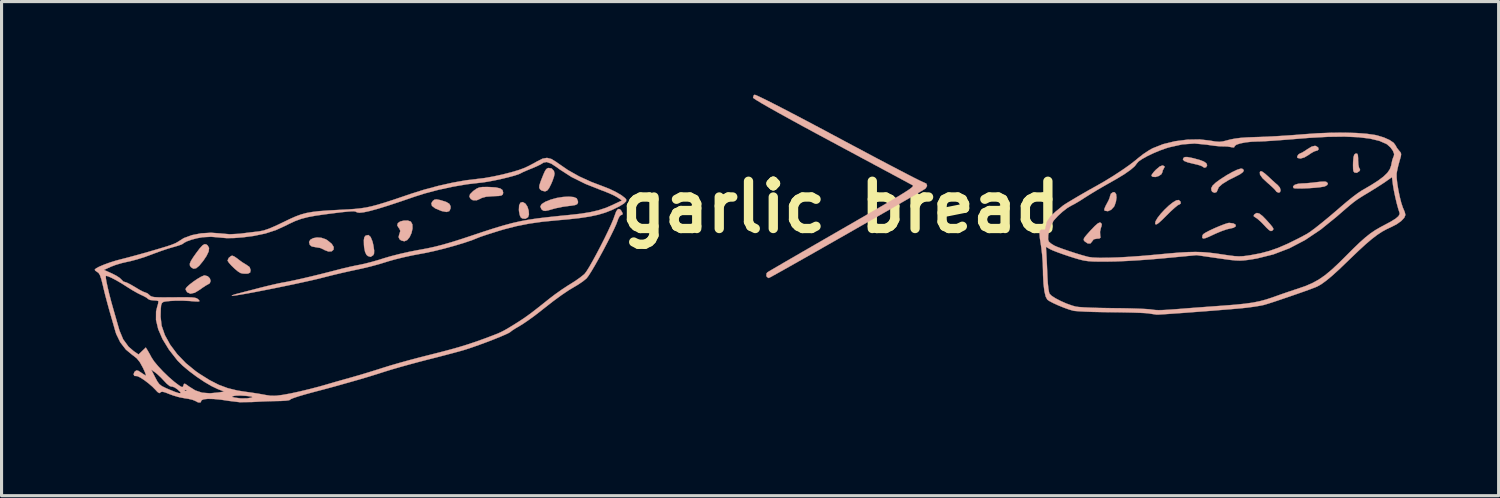
<source format=kicad_pcb>
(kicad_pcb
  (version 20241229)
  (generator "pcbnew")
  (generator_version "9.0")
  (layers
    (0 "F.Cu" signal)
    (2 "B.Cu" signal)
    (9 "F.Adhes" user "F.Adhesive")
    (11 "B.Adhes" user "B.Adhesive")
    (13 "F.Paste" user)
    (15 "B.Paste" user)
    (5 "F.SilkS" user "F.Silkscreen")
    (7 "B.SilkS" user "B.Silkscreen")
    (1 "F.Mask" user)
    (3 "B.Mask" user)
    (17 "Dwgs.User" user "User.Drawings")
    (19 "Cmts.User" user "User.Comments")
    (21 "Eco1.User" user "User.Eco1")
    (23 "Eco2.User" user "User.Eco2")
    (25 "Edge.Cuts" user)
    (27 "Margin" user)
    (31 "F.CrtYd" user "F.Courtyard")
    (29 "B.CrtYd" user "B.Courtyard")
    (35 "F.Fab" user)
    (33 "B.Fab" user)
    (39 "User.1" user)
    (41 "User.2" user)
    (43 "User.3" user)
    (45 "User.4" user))
  (footprint "garlic bread"
    (layer "F.Cu")
    (at 24.058 3.628)
    (property "Reference" "garlic bread" (at 0 0 0) (layer "F.SilkS") (effects (font (size 1.524 1.524) (thickness 0.3))))
    (attr through_hole)
    (fp_poly (pts (xy -10.168 -0.113) (xy -10.104 -0.018) (xy -10.064 0.11) (xy -10.054 0.236) (xy -10.082 0.325) (xy -10.17 0.376) (xy -10.271 0.365) (xy -10.32 0.328) (xy -10.351 0.255) (xy -10.374 0.136) (xy -10.378 0.09) (xy -10.371 -0.058) (xy -10.327 -0.145) (xy -10.253 -0.163) (xy -10.168 -0.113)) (stroke (width 0.01) (type solid)) (fill yes) (layer "B.SilkS"))
    (fp_poly (pts (xy 10.397 -1.338) (xy 10.445 -1.303) (xy 10.421 -1.26) (xy 10.377 -1.176) (xy 10.372 -1.136) (xy 10.337 -1.062) (xy 10.252 -1.004) (xy 10.148 -0.972) (xy 10.056 -0.978) (xy 10.016 -1.009) (xy 10.032 -1.056) (xy 10.095 -1.138) (xy 10.159 -1.205) (xy 10.28 -1.308) (xy 10.367 -1.343) (xy 10.397 -1.338)) (stroke (width 0.01) (type solid)) (fill yes) (layer "B.SilkS"))
    (fp_poly (pts (xy -12.928 -0.23) (xy -12.882 -0.218) (xy -12.715 -0.164) (xy -12.62 -0.106) (xy -12.582 -0.03) (xy -12.581 0.039) (xy -12.62 0.127) (xy -12.71 0.156) (xy -12.858 0.129) (xy -12.89 0.118) (xy -13.077 0.04) (xy -13.181 -0.04) (xy -13.202 -0.122) (xy -13.155 -0.199) (xy -13.1 -0.241) (xy -13.035 -0.25) (xy -12.928 -0.23)) (stroke (width 0.01) (type solid)) (fill yes) (layer "B.SilkS"))
    (fp_poly (pts (xy -15.157 0.965) (xy -15.097 1.113) (xy -15.068 1.242) (xy -15.045 1.4) (xy -15.049 1.498) (xy -15.073 1.548) (xy -15.158 1.604) (xy -15.249 1.576) (xy -15.294 1.535) (xy -15.338 1.442) (xy -15.368 1.29) (xy -15.374 1.212) (xy -15.377 1.062) (xy -15.362 0.973) (xy -15.324 0.923) (xy -15.315 0.917) (xy -15.229 0.899) (xy -15.157 0.965)) (stroke (width 0.01) (type solid)) (fill yes) (layer "B.SilkS"))
    (fp_poly (pts (xy -20.45 1.206) (xy -20.413 1.236) (xy -20.368 1.318) (xy -20.38 1.428) (xy -20.45 1.574) (xy -20.553 1.727) (xy -20.681 1.885) (xy -20.783 1.97) (xy -20.869 1.986) (xy -20.947 1.939) (xy -20.984 1.886) (xy -20.988 1.823) (xy -20.953 1.736) (xy -20.873 1.609) (xy -20.782 1.481) (xy -20.662 1.323) (xy -20.574 1.229) (xy -20.507 1.193) (xy -20.45 1.206)) (stroke (width 0.01) (type solid)) (fill yes) (layer "B.SilkS"))
    (fp_poly (pts (xy 8.832 -0.479) (xy 8.876 -0.421) (xy 8.889 -0.312) (xy 8.871 -0.179) (xy 8.826 -0.047) (xy 8.806 -0.011) (xy 8.717 0.085) (xy 8.613 0.131) (xy 8.519 0.117) (xy 8.496 0.1) (xy 8.5 0.052) (xy 8.54 -0.042) (xy 8.574 -0.105) (xy 8.636 -0.222) (xy 8.673 -0.316) (xy 8.678 -0.345) (xy 8.708 -0.432) (xy 8.778 -0.481) (xy 8.832 -0.479)) (stroke (width 0.01) (type solid)) (fill yes) (layer "B.SilkS"))
    (fp_poly (pts (xy -16.746 0.989) (xy -16.607 1.036) (xy -16.555 1.067) (xy -16.413 1.183) (xy -16.349 1.286) (xy -16.354 1.37) (xy -16.414 1.425) (xy -16.518 1.431) (xy -16.64 1.386) (xy -16.675 1.365) (xy -16.789 1.315) (xy -16.923 1.293) (xy -16.924 1.293) (xy -17.056 1.268) (xy -17.119 1.217) (xy -17.144 1.124) (xy -17.102 1.051) (xy -17.011 1.001) (xy -16.886 0.978) (xy -16.746 0.989)) (stroke (width 0.01) (type solid)) (fill yes) (layer "B.SilkS"))
    (fp_poly (pts (xy 11.31 -1.589) (xy 11.332 -1.584) (xy 11.555 -1.526) (xy 11.703 -1.471) (xy 11.785 -1.414) (xy 11.811 -1.351) (xy 11.811 -1.35) (xy 11.78 -1.286) (xy 11.716 -1.271) (xy 11.667 -1.306) (xy 11.616 -1.333) (xy 11.507 -1.367) (xy 11.378 -1.397) (xy 11.187 -1.443) (xy 11.073 -1.488) (xy 11.03 -1.536) (xy 11.049 -1.587) (xy 11.093 -1.614) (xy 11.173 -1.615) (xy 11.31 -1.589)) (stroke (width 0.01) (type solid)) (fill yes) (layer "B.SilkS"))
    (fp_poly (pts (xy 16.648 -1.724) (xy 16.671 -1.68) (xy 16.679 -1.578) (xy 16.679 -1.508) (xy 16.687 -1.375) (xy 16.706 -1.278) (xy 16.724 -1.248) (xy 16.743 -1.2) (xy 16.719 -1.16) (xy 16.639 -1.107) (xy 16.563 -1.115) (xy 16.528 -1.158) (xy 16.518 -1.23) (xy 16.515 -1.355) (xy 16.518 -1.465) (xy 16.531 -1.612) (xy 16.555 -1.692) (xy 16.596 -1.725) (xy 16.605 -1.728) (xy 16.648 -1.724)) (stroke (width 0.01) (type solid)) (fill yes) (layer "B.SilkS"))
    (fp_poly (pts (xy 13.493 0.207) (xy 13.599 0.288) (xy 13.716 0.409) (xy 13.839 0.546) (xy 13.912 0.635) (xy 13.945 0.69) (xy 13.943 0.725) (xy 13.916 0.754) (xy 13.912 0.757) (xy 13.868 0.772) (xy 13.809 0.742) (xy 13.719 0.657) (xy 13.668 0.601) (xy 13.555 0.484) (xy 13.448 0.388) (xy 13.383 0.342) (xy 13.316 0.297) (xy 13.318 0.256) (xy 13.346 0.225) (xy 13.413 0.188) (xy 13.493 0.207)) (stroke (width 0.01) (type solid)) (fill yes) (layer "B.SilkS"))
    (fp_poly (pts (xy -20.41 2.229) (xy -20.342 2.297) (xy -20.318 2.381) (xy -20.346 2.455) (xy -20.394 2.485) (xy -20.469 2.526) (xy -20.58 2.599) (xy -20.654 2.653) (xy -20.829 2.76) (xy -20.968 2.791) (xy -21.072 2.745) (xy -21.074 2.743) (xy -21.119 2.668) (xy -21.124 2.638) (xy -21.091 2.584) (xy -21.004 2.503) (xy -20.885 2.41) (xy -20.753 2.32) (xy -20.63 2.247) (xy -20.536 2.206) (xy -20.51 2.201) (xy -20.41 2.229)) (stroke (width 0.01) (type solid)) (fill yes) (layer "B.SilkS"))
    (fp_poly (pts (xy -9.322 -1.246) (xy -9.249 -1.168) (xy -9.229 -1.079) (xy -9.246 -0.99) (xy -9.291 -0.858) (xy -9.338 -0.746) (xy -9.408 -0.608) (xy -9.467 -0.534) (xy -9.529 -0.509) (xy -9.544 -0.508) (xy -9.645 -0.535) (xy -9.696 -0.574) (xy -9.722 -0.625) (xy -9.718 -0.698) (xy -9.681 -0.816) (xy -9.656 -0.881) (xy -9.587 -1.054) (xy -9.537 -1.163) (xy -9.497 -1.224) (xy -9.458 -1.253) (xy -9.423 -1.263) (xy -9.322 -1.246)) (stroke (width 0.01) (type solid)) (fill yes) (layer "B.SilkS"))
    (fp_poly (pts (xy 12.939 -1.241) (xy 12.994 -1.195) (xy 12.969 -1.132) (xy 12.867 -1.057) (xy 12.774 -1.009) (xy 12.501 -0.872) (xy 12.305 -0.75) (xy 12.187 -0.645) (xy 12.15 -0.561) (xy 12.119 -0.488) (xy 12.051 -0.463) (xy 11.98 -0.491) (xy 11.951 -0.535) (xy 11.944 -0.612) (xy 11.988 -0.694) (xy 12.092 -0.792) (xy 12.238 -0.898) (xy 12.436 -1.026) (xy 12.621 -1.13) (xy 12.778 -1.205) (xy 12.893 -1.241) (xy 12.939 -1.241)) (stroke (width 0.01) (type solid)) (fill yes) (layer "B.SilkS"))
    (fp_poly (pts (xy 13.587 -1.145) (xy 13.674 -1.082) (xy 13.783 -0.986) (xy 13.786 -0.983) (xy 13.908 -0.868) (xy 14.019 -0.768) (xy 14.088 -0.709) (xy 14.155 -0.63) (xy 14.18 -0.546) (xy 14.161 -0.483) (xy 14.117 -0.466) (xy 14.047 -0.495) (xy 14.031 -0.519) (xy 13.99 -0.57) (xy 13.901 -0.657) (xy 13.782 -0.763) (xy 13.758 -0.783) (xy 13.598 -0.933) (xy 13.516 -1.049) (xy 13.511 -1.13) (xy 13.541 -1.16) (xy 13.587 -1.145)) (stroke (width 0.01) (type solid)) (fill yes) (layer "B.SilkS"))
    (fp_poly (pts (xy 15.319 -1.97) (xy 15.39 -1.924) (xy 15.406 -1.865) (xy 15.367 -1.824) (xy 15.335 -1.819) (xy 15.259 -1.794) (xy 15.151 -1.732) (xy 15.095 -1.692) (xy 14.948 -1.603) (xy 14.82 -1.566) (xy 14.728 -1.586) (xy 14.718 -1.594) (xy 14.718 -1.643) (xy 14.759 -1.702) (xy 14.815 -1.735) (xy 14.821 -1.736) (xy 14.873 -1.758) (xy 14.968 -1.816) (xy 15.043 -1.867) (xy 15.184 -1.952) (xy 15.286 -1.976) (xy 15.319 -1.97)) (stroke (width 0.01) (type solid)) (fill yes) (layer "B.SilkS"))
    (fp_poly (pts (xy 15.646 -0.818) (xy 15.703 -0.772) (xy 15.687 -0.716) (xy 15.608 -0.67) (xy 15.568 -0.66) (xy 15.442 -0.64) (xy 15.278 -0.624) (xy 15.095 -0.611) (xy 14.914 -0.603) (xy 14.757 -0.601) (xy 14.643 -0.605) (xy 14.595 -0.616) (xy 14.582 -0.671) (xy 14.637 -0.72) (xy 14.744 -0.753) (xy 14.854 -0.763) (xy 15.007 -0.77) (xy 15.194 -0.787) (xy 15.318 -0.802) (xy 15.467 -0.819) (xy 15.587 -0.824) (xy 15.646 -0.818)) (stroke (width 0.01) (type solid)) (fill yes) (layer "B.SilkS"))
    (fp_poly (pts (xy -13.865 0.465) (xy -13.861 0.468) (xy -13.812 0.558) (xy -13.808 0.686) (xy -13.839 0.83) (xy -13.899 0.963) (xy -13.979 1.062) (xy -14.071 1.101) (xy -14.072 1.101) (xy -14.173 1.075) (xy -14.225 1.036) (xy -14.257 0.966) (xy -14.235 0.874) (xy -14.229 0.861) (xy -14.201 0.768) (xy -14.23 0.696) (xy -14.252 0.669) (xy -14.301 0.589) (xy -14.281 0.516) (xy -14.206 0.463) (xy -14.087 0.434) (xy -13.961 0.433) (xy -13.865 0.465)) (stroke (width 0.01) (type solid)) (fill yes) (layer "B.SilkS"))
    (fp_poly (pts (xy 8.378 0.503) (xy 8.415 0.546) (xy 8.405 0.618) (xy 8.386 0.667) (xy 8.358 0.793) (xy 8.363 0.904) (xy 8.374 0.982) (xy 8.338 1.012) (xy 8.262 1.016) (xy 8.155 1.037) (xy 8.107 1.101) (xy 8.051 1.17) (xy 7.964 1.172) (xy 7.866 1.107) (xy 7.836 1.069) (xy 7.833 1.028) (xy 7.865 0.968) (xy 7.941 0.877) (xy 8.056 0.749) (xy 8.193 0.607) (xy 8.287 0.525) (xy 8.35 0.496) (xy 8.378 0.503)) (stroke (width 0.01) (type solid)) (fill yes) (layer "B.SilkS"))
    (fp_poly (pts (xy 10.894 -0.23) (xy 10.951 -0.182) (xy 10.961 -0.122) (xy 10.922 -0.086) (xy 10.908 -0.085) (xy 10.857 -0.056) (xy 10.762 0.022) (xy 10.637 0.136) (xy 10.508 0.263) (xy 10.357 0.413) (xy 10.253 0.507) (xy 10.188 0.552) (xy 10.151 0.556) (xy 10.136 0.536) (xy 10.147 0.46) (xy 10.211 0.349) (xy 10.314 0.217) (xy 10.441 0.08) (xy 10.577 -0.049) (xy 10.708 -0.153) (xy 10.818 -0.218) (xy 10.894 -0.23) (xy 10.894 -0.23)) (stroke (width 0.01) (type solid)) (fill yes) (layer "B.SilkS"))
    (fp_poly (pts (xy -19.553 1.592) (xy -19.46 1.655) (xy -19.43 1.68) (xy -19.305 1.773) (xy -19.177 1.852) (xy -19.162 1.86) (xy -19.061 1.933) (xy -19.029 2.027) (xy -19.029 2.032) (xy -19.044 2.109) (xy -19.107 2.141) (xy -19.156 2.146) (xy -19.272 2.143) (xy -19.353 2.125) (xy -19.434 2.075) (xy -19.536 1.99) (xy -19.64 1.891) (xy -19.724 1.798) (xy -19.768 1.731) (xy -19.77 1.721) (xy -19.735 1.638) (xy -19.659 1.576) (xy -19.616 1.566) (xy -19.553 1.592)) (stroke (width 0.01) (type solid)) (fill yes) (layer "B.SilkS"))
    (fp_poly (pts (xy 12.659 0.525) (xy 12.73 0.568) (xy 12.732 0.62) (xy 12.661 0.666) (xy 12.562 0.688) (xy 12.442 0.716) (xy 12.275 0.774) (xy 12.093 0.85) (xy 12.03 0.879) (xy 11.859 0.959) (xy 11.749 1.002) (xy 11.686 1.012) (xy 11.656 0.992) (xy 11.654 0.987) (xy 11.661 0.909) (xy 11.689 0.87) (xy 11.763 0.821) (xy 11.891 0.754) (xy 12.05 0.68) (xy 12.217 0.609) (xy 12.369 0.55) (xy 12.482 0.514) (xy 12.522 0.508) (xy 12.659 0.525)) (stroke (width 0.01) (type solid)) (fill yes) (layer "B.SilkS"))
    (fp_poly (pts (xy -8.616 -0.325) (xy -8.521 -0.287) (xy -8.511 -0.277) (xy -8.474 -0.186) (xy -8.474 -0.14) (xy -8.5 -0.095) (xy -8.568 -0.066) (xy -8.697 -0.045) (xy -8.763 -0.038) (xy -8.956 -0.012) (xy -9.156 0.028) (xy -9.268 0.057) (xy -9.428 0.103) (xy -9.529 0.122) (xy -9.593 0.113) (xy -9.639 0.078) (xy -9.655 0.06) (xy -9.687 -0.021) (xy -9.644 -0.098) (xy -9.522 -0.174) (xy -9.352 -0.242) (xy -9.156 -0.296) (xy -8.955 -0.328) (xy -8.768 -0.338) (xy -8.616 -0.325)) (stroke (width 0.01) (type solid)) (fill yes) (layer "B.SilkS"))
    (fp_poly (pts (xy -11.335 -0.648) (xy -11.121 -0.635) (xy -10.981 -0.603) (xy -10.906 -0.55) (xy -10.886 -0.471) (xy -10.888 -0.448) (xy -10.903 -0.402) (xy -10.944 -0.375) (xy -11.029 -0.36) (xy -11.178 -0.354) (xy -11.205 -0.353) (xy -11.431 -0.336) (xy -11.578 -0.296) (xy -11.606 -0.279) (xy -11.739 -0.22) (xy -11.862 -0.223) (xy -11.93 -0.262) (xy -11.975 -0.337) (xy -11.954 -0.415) (xy -11.861 -0.509) (xy -11.825 -0.538) (xy -11.738 -0.598) (xy -11.657 -0.633) (xy -11.555 -0.648) (xy -11.405 -0.65) (xy -11.335 -0.648)) (stroke (width 0.01) (type solid)) (fill yes) (layer "B.SilkS"))
    (fp_poly (pts (xy -2.731 -3.608) (xy -2.613 -3.554) (xy -2.43 -3.466) (xy -2.188 -3.344) (xy -1.89 -3.191) (xy -1.542 -3.01) (xy -1.149 -2.804) (xy -0.715 -2.574) (xy -0.245 -2.323) (xy -0.069 -2.229) (xy 0.371 -1.994) (xy 0.791 -1.771) (xy 1.184 -1.562) (xy 1.545 -1.372) (xy 1.867 -1.204) (xy 2.143 -1.06) (xy 2.369 -0.944) (xy 2.537 -0.86) (xy 2.642 -0.81) (xy 2.675 -0.797) (xy 2.761 -0.756) (xy 2.782 -0.683) (xy 2.734 -0.604) (xy 2.701 -0.58) (xy 2.598 -0.518) (xy 2.435 -0.422) (xy 2.22 -0.297) (xy 1.96 -0.147) (xy 1.664 0.024) (xy 1.337 0.212) (xy 0.987 0.412) (xy 0.622 0.621) (xy 0.249 0.834) (xy -0.125 1.047) (xy -0.492 1.256) (xy -0.846 1.458) (xy -1.179 1.646) (xy -1.483 1.818) (xy -1.752 1.97) (xy -1.977 2.096) (xy -2.153 2.194) (xy -2.27 2.258) (xy -2.323 2.285) (xy -2.325 2.286) (xy -2.38 2.252) (xy -2.4 2.216) (xy -2.393 2.134) (xy -2.362 2.1) (xy -2.315 2.071) (xy -2.201 2.004) (xy -2.026 1.902) (xy -1.797 1.768) (xy -1.52 1.608) (xy -1.201 1.423) (xy -0.847 1.219) (xy -0.464 0.998) (xy -0.059 0.764) (xy 0.055 0.699) (xy 0.53 0.425) (xy 0.936 0.19) (xy 1.279 -0.009) (xy 1.563 -0.175) (xy 1.793 -0.312) (xy 1.975 -0.422) (xy 2.113 -0.509) (xy 2.213 -0.575) (xy 2.279 -0.625) (xy 2.316 -0.66) (xy 2.33 -0.684) (xy 2.324 -0.7) (xy 2.315 -0.707) (xy 2.263 -0.735) (xy 2.142 -0.8) (xy 1.96 -0.898) (xy 1.722 -1.026) (xy 1.435 -1.18) (xy 1.105 -1.357) (xy 0.739 -1.553) (xy 0.343 -1.766) (xy -0.076 -1.991) (xy -0.296 -2.109) (xy -0.806 -2.383) (xy -1.266 -2.632) (xy -1.673 -2.855) (xy -2.025 -3.05) (xy -2.317 -3.214) (xy -2.547 -3.346) (xy -2.711 -3.445) (xy -2.805 -3.507) (xy -2.829 -3.529) (xy -2.809 -3.602) (xy -2.779 -3.623) (xy -2.731 -3.608)) (stroke (width 0.01) (type solid)) (fill yes) (layer "B.SilkS"))
    (fp_poly (pts (xy 16.621 -2.39) (xy 16.954 -2.365) (xy 17.223 -2.327) (xy 17.298 -2.31) (xy 17.514 -2.244) (xy 17.694 -2.163) (xy 17.824 -2.075) (xy 17.884 -1.994) (xy 17.93 -1.91) (xy 17.998 -1.823) (xy 18.047 -1.766) (xy 18.066 -1.713) (xy 18.057 -1.637) (xy 18.021 -1.512) (xy 18.014 -1.488) (xy 17.969 -1.321) (xy 17.933 -1.157) (xy 17.92 -1.079) (xy 17.921 -0.95) (xy 17.941 -0.765) (xy 17.976 -0.551) (xy 18.021 -0.332) (xy 18.071 -0.135) (xy 18.121 0.015) (xy 18.136 0.048) (xy 18.182 0.159) (xy 18.203 0.248) (xy 18.203 0.253) (xy 18.166 0.343) (xy 18.067 0.448) (xy 17.923 0.551) (xy 17.766 0.632) (xy 17.603 0.708) (xy 17.448 0.793) (xy 17.291 0.897) (xy 17.121 1.027) (xy 16.928 1.191) (xy 16.701 1.399) (xy 16.43 1.658) (xy 16.338 1.747) (xy 16.065 2.009) (xy 15.838 2.215) (xy 15.651 2.37) (xy 15.495 2.483) (xy 15.361 2.559) (xy 15.303 2.584) (xy 15.145 2.644) (xy 14.938 2.719) (xy 14.701 2.802) (xy 14.449 2.889) (xy 14.202 2.973) (xy 13.977 3.049) (xy 13.79 3.109) (xy 13.661 3.148) (xy 13.636 3.155) (xy 13.496 3.183) (xy 13.301 3.214) (xy 13.081 3.243) (xy 12.937 3.258) (xy 12.765 3.274) (xy 12.541 3.293) (xy 12.279 3.314) (xy 11.99 3.338) (xy 11.687 3.361) (xy 11.381 3.384) (xy 11.085 3.407) (xy 10.812 3.426) (xy 10.573 3.443) (xy 10.38 3.456) (xy 10.246 3.464) (xy 10.183 3.466) (xy 10.181 3.466) (xy 10.117 3.456) (xy 10.002 3.439) (xy 9.927 3.427) (xy 9.825 3.417) (xy 9.652 3.408) (xy 9.425 3.4) (xy 9.159 3.394) (xy 8.867 3.389) (xy 8.7 3.388) (xy 8.403 3.384) (xy 8.124 3.378) (xy 7.878 3.369) (xy 7.679 3.358) (xy 7.541 3.347) (xy 7.496 3.34) (xy 7.357 3.3) (xy 7.187 3.239) (xy 7.008 3.166) (xy 6.844 3.091) (xy 6.718 3.024) (xy 6.659 2.982) (xy 6.606 2.884) (xy 6.565 2.712) (xy 6.536 2.477) (xy 6.521 2.19) (xy 6.519 2.047) (xy 6.512 1.805) (xy 6.492 1.539) (xy 6.464 1.296) (xy 6.462 1.279) (xy 6.614 1.279) (xy 6.63 1.539) (xy 6.638 1.697) (xy 6.648 1.906) (xy 6.657 2.132) (xy 6.662 2.248) (xy 6.674 2.444) (xy 6.692 2.617) (xy 6.714 2.744) (xy 6.73 2.792) (xy 6.797 2.859) (xy 6.925 2.941) (xy 7.092 3.028) (xy 7.279 3.11) (xy 7.465 3.176) (xy 7.578 3.207) (xy 7.675 3.22) (xy 7.841 3.232) (xy 8.063 3.242) (xy 8.325 3.25) (xy 8.611 3.255) (xy 8.763 3.257) (xy 9.06 3.26) (xy 9.343 3.266) (xy 9.595 3.274) (xy 9.802 3.283) (xy 9.947 3.293) (xy 9.991 3.298) (xy 10.075 3.31) (xy 10.153 3.318) (xy 10.238 3.321) (xy 10.344 3.32) (xy 10.483 3.313) (xy 10.668 3.301) (xy 10.913 3.283) (xy 11.197 3.26) (xy 11.462 3.24) (xy 11.772 3.217) (xy 12.088 3.194) (xy 12.361 3.174) (xy 12.728 3.145) (xy 13.029 3.114) (xy 13.281 3.079) (xy 13.501 3.035) (xy 13.707 2.98) (xy 13.918 2.911) (xy 13.97 2.892) (xy 14.192 2.813) (xy 14.433 2.73) (xy 14.65 2.657) (xy 14.711 2.638) (xy 14.973 2.548) (xy 15.2 2.451) (xy 15.408 2.337) (xy 15.613 2.196) (xy 15.828 2.017) (xy 16.071 1.79) (xy 16.277 1.585) (xy 16.529 1.333) (xy 16.738 1.133) (xy 16.916 0.975) (xy 17.075 0.849) (xy 17.23 0.744) (xy 17.393 0.649) (xy 17.501 0.592) (xy 17.731 0.469) (xy 17.889 0.371) (xy 17.982 0.29) (xy 18.018 0.222) (xy 18.013 0.177) (xy 17.972 0.051) (xy 17.923 -0.129) (xy 17.875 -0.335) (xy 17.833 -0.537) (xy 17.804 -0.705) (xy 17.801 -0.728) (xy 17.771 -0.967) (xy 17.574 -0.828) (xy 17.451 -0.745) (xy 17.281 -0.636) (xy 17.094 -0.52) (xy 16.998 -0.461) (xy 16.849 -0.372) (xy 16.732 -0.298) (xy 16.63 -0.231) (xy 16.531 -0.157) (xy 16.42 -0.067) (xy 16.281 0.051) (xy 16.1 0.208) (xy 15.984 0.309) (xy 15.47 0.725) (xy 14.966 1.063) (xy 14.461 1.327) (xy 13.948 1.523) (xy 13.417 1.655) (xy 13.284 1.678) (xy 13.119 1.703) (xy 12.986 1.718) (xy 12.864 1.724) (xy 12.733 1.719) (xy 12.574 1.704) (xy 12.366 1.676) (xy 12.162 1.647) (xy 11.473 1.548) (xy 10.361 1.653) (xy 9.966 1.687) (xy 9.568 1.715) (xy 9.189 1.737) (xy 8.851 1.751) (xy 8.576 1.756) (xy 8.572 1.756) (xy 8.316 1.756) (xy 8.123 1.752) (xy 7.971 1.741) (xy 7.839 1.722) (xy 7.704 1.69) (xy 7.546 1.644) (xy 7.387 1.594) (xy 7.179 1.524) (xy 6.989 1.456) (xy 6.838 1.397) (xy 6.747 1.355) (xy 6.614 1.279) (xy 6.462 1.279) (xy 6.453 1.224) (xy 6.425 1.04) (xy 6.684 1.04) (xy 6.706 1.109) (xy 6.774 1.172) (xy 6.878 1.237) (xy 6.885 1.241) (xy 6.989 1.286) (xy 7.151 1.346) (xy 7.351 1.415) (xy 7.565 1.485) (xy 7.772 1.548) (xy 7.949 1.597) (xy 7.98 1.605) (xy 8.123 1.625) (xy 8.341 1.634) (xy 8.624 1.632) (xy 8.962 1.621) (xy 9.347 1.599) (xy 9.769 1.568) (xy 10.202 1.529) (xy 10.597 1.492) (xy 10.923 1.465) (xy 11.197 1.45) (xy 11.436 1.445) (xy 11.654 1.451) (xy 11.869 1.468) (xy 12.095 1.495) (xy 12.294 1.525) (xy 12.526 1.559) (xy 12.699 1.58) (xy 12.838 1.587) (xy 12.969 1.582) (xy 13.115 1.564) (xy 13.235 1.545) (xy 13.534 1.488) (xy 13.819 1.412) (xy 14.107 1.311) (xy 14.416 1.177) (xy 14.764 1.005) (xy 15.028 0.864) (xy 15.14 0.791) (xy 15.306 0.667) (xy 15.518 0.499) (xy 15.769 0.292) (xy 16.049 0.053) (xy 16.141 -0.027) (xy 16.324 -0.182) (xy 16.503 -0.326) (xy 16.662 -0.445) (xy 16.779 -0.524) (xy 16.791 -0.531) (xy 17.093 -0.707) (xy 17.326 -0.856) (xy 17.499 -0.986) (xy 17.621 -1.104) (xy 17.7 -1.219) (xy 17.744 -1.338) (xy 17.755 -1.395) (xy 17.782 -1.522) (xy 17.816 -1.618) (xy 17.829 -1.637) (xy 17.841 -1.712) (xy 17.801 -1.816) (xy 17.721 -1.927) (xy 17.616 -2.021) (xy 17.588 -2.039) (xy 17.362 -2.137) (xy 17.063 -2.209) (xy 16.689 -2.254) (xy 16.241 -2.274) (xy 15.715 -2.267) (xy 15.111 -2.234) (xy 14.747 -2.205) (xy 14.444 -2.18) (xy 14.152 -2.158) (xy 13.889 -2.139) (xy 13.669 -2.125) (xy 13.509 -2.118) (xy 13.452 -2.117) (xy 13.244 -2.109) (xy 13.047 -2.087) (xy 12.88 -2.054) (xy 12.76 -2.015) (xy 12.702 -1.972) (xy 12.7 -1.962) (xy 12.677 -1.924) (xy 12.598 -1.931) (xy 12.584 -1.935) (xy 12.457 -1.956) (xy 12.319 -1.959) (xy 12.209 -1.962) (xy 12.045 -1.978) (xy 11.858 -2.004) (xy 11.797 -2.014) (xy 11.405 -2.051) (xy 11.01 -2.023) (xy 10.59 -1.929) (xy 10.499 -1.902) (xy 10.291 -1.828) (xy 10.081 -1.74) (xy 9.884 -1.646) (xy 9.719 -1.554) (xy 9.602 -1.474) (xy 9.551 -1.417) (xy 9.478 -1.321) (xy 9.338 -1.2) (xy 9.14 -1.061) (xy 8.896 -0.913) (xy 8.866 -0.896) (xy 8.541 -0.712) (xy 8.273 -0.557) (xy 8.046 -0.419) (xy 7.841 -0.29) (xy 7.818 -0.274) (xy 7.67 -0.181) (xy 7.533 -0.101) (xy 7.437 -0.051) (xy 7.436 -0.051) (xy 7.304 0.027) (xy 7.151 0.145) (xy 7 0.283) (xy 6.874 0.421) (xy 6.794 0.537) (xy 6.788 0.55) (xy 6.724 0.733) (xy 6.688 0.904) (xy 6.684 1.04) (xy 6.425 1.04) (xy 6.419 1.002) (xy 6.408 0.852) (xy 6.421 0.764) (xy 6.461 0.728) (xy 6.52 0.732) (xy 6.583 0.732) (xy 6.604 0.671) (xy 6.604 0.65) (xy 6.646 0.471) (xy 6.773 0.288) (xy 6.931 0.141) (xy 7.041 0.052) (xy 7.123 -0.015) (xy 7.154 -0.042) (xy 7.205 -0.078) (xy 7.314 -0.147) (xy 7.466 -0.238) (xy 7.644 -0.344) (xy 7.834 -0.454) (xy 8.019 -0.56) (xy 8.185 -0.652) (xy 8.234 -0.679) (xy 8.502 -0.832) (xy 8.784 -1.005) (xy 9.059 -1.185) (xy 9.308 -1.359) (xy 9.51 -1.515) (xy 9.588 -1.581) (xy 9.75 -1.708) (xy 9.938 -1.832) (xy 10.054 -1.897) (xy 10.391 -2.03) (xy 10.776 -2.124) (xy 11.179 -2.176) (xy 11.571 -2.183) (xy 11.894 -2.146) (xy 12.075 -2.115) (xy 12.207 -2.106) (xy 12.322 -2.119) (xy 12.402 -2.139) (xy 12.562 -2.181) (xy 12.719 -2.211) (xy 12.893 -2.233) (xy 13.103 -2.248) (xy 13.37 -2.258) (xy 13.507 -2.262) (xy 13.74 -2.271) (xy 14.031 -2.286) (xy 14.352 -2.306) (xy 14.677 -2.329) (xy 14.922 -2.349) (xy 15.374 -2.381) (xy 15.816 -2.398) (xy 16.237 -2.401) (xy 16.621 -2.39)) (stroke (width 0.01) (type solid)) (fill yes) (layer "B.SilkS"))
    (fp_poly (pts (xy -9.333 -1.553) (xy -9.171 -1.454) (xy -9.132 -1.425) (xy -8.793 -1.192) (xy -8.436 -0.991) (xy -8.038 -0.81) (xy -7.663 -0.668) (xy -7.444 -0.581) (xy -7.241 -0.482) (xy -7.071 -0.382) (xy -6.954 -0.291) (xy -6.919 -0.249) (xy -6.921 -0.189) (xy -6.995 -0.115) (xy -7.145 -0.023) (xy -7.373 0.089) (xy -7.387 0.095) (xy -7.595 0.177) (xy -7.828 0.246) (xy -8.1 0.304) (xy -8.423 0.353) (xy -8.81 0.395) (xy -9.107 0.421) (xy -9.606 0.469) (xy -10.046 0.531) (xy -10.455 0.612) (xy -10.857 0.715) (xy -11.028 0.766) (xy -11.238 0.832) (xy -11.424 0.891) (xy -11.569 0.94) (xy -11.654 0.97) (xy -11.663 0.974) (xy -11.872 1.058) (xy -12.144 1.151) (xy -12.456 1.245) (xy -12.787 1.336) (xy -13.116 1.417) (xy -13.421 1.482) (xy -13.547 1.505) (xy -13.819 1.556) (xy -14.106 1.619) (xy -14.377 1.686) (xy -14.602 1.75) (xy -14.645 1.764) (xy -14.886 1.838) (xy -15.166 1.914) (xy -15.442 1.98) (xy -15.577 2.009) (xy -15.816 2.06) (xy -16.1 2.124) (xy -16.393 2.194) (xy -16.645 2.258) (xy -16.838 2.307) (xy -17.078 2.363) (xy -17.354 2.424) (xy -17.654 2.489) (xy -17.968 2.554) (xy -18.284 2.619) (xy -18.592 2.68) (xy -18.88 2.736) (xy -19.137 2.784) (xy -19.352 2.821) (xy -19.514 2.847) (xy -19.612 2.858) (xy -19.636 2.856) (xy -19.609 2.838) (xy -19.525 2.81) (xy -19.488 2.8) (xy -19.387 2.774) (xy -19.224 2.731) (xy -19.021 2.679) (xy -18.799 2.621) (xy -18.754 2.609) (xy -18.527 2.552) (xy -18.312 2.501) (xy -18.131 2.46) (xy -18.007 2.435) (xy -17.992 2.433) (xy -17.839 2.405) (xy -17.622 2.36) (xy -17.357 2.301) (xy -17.063 2.232) (xy -16.756 2.157) (xy -16.453 2.08) (xy -16.298 2.04) (xy -16.07 1.981) (xy -15.837 1.926) (xy -15.631 1.882) (xy -15.515 1.86) (xy -15.351 1.825) (xy -15.137 1.77) (xy -14.905 1.704) (xy -14.732 1.649) (xy -14.504 1.582) (xy -14.225 1.511) (xy -13.927 1.443) (xy -13.642 1.387) (xy -13.589 1.378) (xy -13.33 1.33) (xy -13.083 1.276) (xy -12.827 1.21) (xy -12.544 1.128) (xy -12.215 1.024) (xy -11.938 0.932) (xy -11.525 0.794) (xy -11.175 0.681) (xy -10.871 0.59) (xy -10.596 0.516) (xy -10.332 0.456) (xy -10.064 0.406) (xy -9.773 0.363) (xy -9.443 0.324) (xy -9.057 0.283) (xy -8.759 0.254) (xy -8.381 0.212) (xy -8.069 0.161) (xy -7.805 0.099) (xy -7.568 0.021) (xy -7.37 -0.065) (xy -7.054 -0.215) (xy -7.202 -0.315) (xy -7.311 -0.376) (xy -7.471 -0.449) (xy -7.653 -0.522) (xy -7.707 -0.541) (xy -8.232 -0.749) (xy -8.685 -0.974) (xy -9.074 -1.224) (xy -9.145 -1.278) (xy -9.335 -1.403) (xy -9.484 -1.455) (xy -9.591 -1.434) (xy -9.605 -1.423) (xy -9.677 -1.378) (xy -9.802 -1.317) (xy -9.955 -1.251) (xy -9.97 -1.246) (xy -10.119 -1.185) (xy -10.239 -1.133) (xy -10.306 -1.099) (xy -10.31 -1.096) (xy -10.388 -1.06) (xy -10.53 -1.014) (xy -10.719 -0.963) (xy -10.934 -0.911) (xy -11.158 -0.863) (xy -11.372 -0.822) (xy -11.556 -0.794) (xy -11.642 -0.785) (xy -12.053 -0.737) (xy -12.508 -0.659) (xy -12.974 -0.558) (xy -13.419 -0.44) (xy -13.737 -0.339) (xy -14.209 -0.177) (xy -14.606 -0.046) (xy -14.932 0.055) (xy -15.19 0.125) (xy -15.385 0.167) (xy -15.52 0.181) (xy -15.598 0.169) (xy -15.609 0.162) (xy -15.639 0.145) (xy -15.688 0.136) (xy -15.767 0.135) (xy -15.886 0.143) (xy -16.056 0.16) (xy -16.288 0.188) (xy -16.592 0.227) (xy -16.616 0.23) (xy -16.931 0.275) (xy -17.183 0.322) (xy -17.395 0.377) (xy -17.588 0.447) (xy -17.785 0.538) (xy -17.886 0.59) (xy -18.21 0.739) (xy -18.553 0.85) (xy -18.938 0.93) (xy -19.262 0.972) (xy -19.56 0.996) (xy -19.798 1) (xy -20 0.982) (xy -20.024 0.979) (xy -20.303 0.956) (xy -20.574 0.97) (xy -20.758 1.003) (xy -20.936 1.05) (xy -21.087 1.104) (xy -21.186 1.158) (xy -21.208 1.179) (xy -21.257 1.205) (xy -21.366 1.243) (xy -21.512 1.286) (xy -21.526 1.289) (xy -21.701 1.341) (xy -21.918 1.414) (xy -22.14 1.495) (xy -22.232 1.53) (xy -22.452 1.611) (xy -22.691 1.685) (xy -22.908 1.743) (xy -22.982 1.758) (xy -23.179 1.803) (xy -23.375 1.861) (xy -23.531 1.92) (xy -23.54 1.924) (xy -23.757 2.024) (xy -23.497 2.14) (xy -23.357 2.212) (xy -23.248 2.283) (xy -23.195 2.335) (xy -23.131 2.399) (xy -23.085 2.413) (xy -23.018 2.435) (xy -22.904 2.492) (xy -22.766 2.572) (xy -22.749 2.582) (xy -22.612 2.665) (xy -22.497 2.725) (xy -22.427 2.751) (xy -22.423 2.752) (xy -22.353 2.781) (xy -22.291 2.834) (xy -22.258 2.864) (xy -22.212 2.885) (xy -22.141 2.9) (xy -22.032 2.907) (xy -21.872 2.91) (xy -21.646 2.909) (xy -21.503 2.908) (xy -21.238 2.906) (xy -21.045 2.907) (xy -20.91 2.912) (xy -20.821 2.923) (xy -20.763 2.941) (xy -20.725 2.967) (xy -20.713 2.978) (xy -20.68 3.016) (xy -20.681 3.037) (xy -20.729 3.044) (xy -20.838 3.039) (xy -20.986 3.027) (xy -21.199 3.016) (xy -21.425 3.015) (xy -21.617 3.025) (xy -21.621 3.026) (xy -21.75 3.038) (xy -21.835 3.054) (xy -21.886 3.09) (xy -21.913 3.16) (xy -21.924 3.279) (xy -21.929 3.463) (xy -21.93 3.535) (xy -21.898 3.821) (xy -21.793 4.125) (xy -21.623 4.434) (xy -21.395 4.74) (xy -21.116 5.03) (xy -20.793 5.294) (xy -20.686 5.368) (xy -20.356 5.575) (xy -20.057 5.728) (xy -19.765 5.837) (xy -19.454 5.913) (xy -19.219 5.95) (xy -19.004 5.98) (xy -18.793 6.012) (xy -18.618 6.043) (xy -18.544 6.057) (xy -18.376 6.082) (xy -18.199 6.08) (xy -17.996 6.054) (xy -17.746 6.009) (xy -17.446 5.944) (xy -17.123 5.866) (xy -16.809 5.784) (xy -16.637 5.735) (xy -16.512 5.699) (xy -16.402 5.667) (xy -16.286 5.633) (xy -16.147 5.594) (xy -15.965 5.542) (xy -15.721 5.474) (xy -15.706 5.469) (xy -15.479 5.404) (xy -15.209 5.322) (xy -14.933 5.236) (xy -14.732 5.172) (xy -14.519 5.106) (xy -14.247 5.027) (xy -13.941 4.942) (xy -13.625 4.858) (xy -13.335 4.784) (xy -12.938 4.684) (xy -12.605 4.596) (xy -12.319 4.516) (xy -12.061 4.437) (xy -11.813 4.355) (xy -11.557 4.264) (xy -11.493 4.241) (xy -11.269 4.157) (xy -11.103 4.093) (xy -10.974 4.038) (xy -10.861 3.981) (xy -10.742 3.914) (xy -10.596 3.825) (xy -10.537 3.789) (xy -10.38 3.69) (xy -10.241 3.599) (xy -10.105 3.504) (xy -9.957 3.395) (xy -9.783 3.26) (xy -9.568 3.09) (xy -9.409 2.963) (xy -9.216 2.815) (xy -8.998 2.661) (xy -8.793 2.526) (xy -8.729 2.487) (xy -8.56 2.38) (xy -8.403 2.269) (xy -8.284 2.174) (xy -8.257 2.149) (xy -8.195 2.066) (xy -8.105 1.921) (xy -7.995 1.728) (xy -7.872 1.502) (xy -7.744 1.258) (xy -7.618 1.01) (xy -7.503 0.773) (xy -7.405 0.561) (xy -7.332 0.39) (xy -7.298 0.293) (xy -7.24 0.136) (xy -7.183 0.062) (xy -7.124 0.066) (xy -7.084 0.107) (xy -7.032 0.202) (xy -7.049 0.248) (xy -7.084 0.254) (xy -7.13 0.291) (xy -7.178 0.383) (xy -7.192 0.425) (xy -7.237 0.545) (xy -7.315 0.717) (xy -7.418 0.927) (xy -7.538 1.162) (xy -7.667 1.407) (xy -7.799 1.649) (xy -7.925 1.873) (xy -8.038 2.064) (xy -8.131 2.21) (xy -8.195 2.295) (xy -8.201 2.301) (xy -8.318 2.396) (xy -8.469 2.498) (xy -8.561 2.553) (xy -8.766 2.675) (xy -8.999 2.832) (xy -9.272 3.032) (xy -9.592 3.282) (xy -9.694 3.363) (xy -9.882 3.508) (xy -10.076 3.648) (xy -10.251 3.767) (xy -10.359 3.833) (xy -10.492 3.911) (xy -10.594 3.977) (xy -10.644 4.016) (xy -10.644 4.018) (xy -10.695 4.051) (xy -10.811 4.107) (xy -10.979 4.179) (xy -11.184 4.262) (xy -11.412 4.35) (xy -11.649 4.437) (xy -11.88 4.519) (xy -12.091 4.589) (xy -12.15 4.607) (xy -12.276 4.643) (xy -12.467 4.695) (xy -12.705 4.758) (xy -12.972 4.828) (xy -13.251 4.899) (xy -13.293 4.909) (xy -13.596 4.988) (xy -13.912 5.073) (xy -14.217 5.158) (xy -14.486 5.236) (xy -14.69 5.299) (xy -14.943 5.38) (xy -15.221 5.466) (xy -15.485 5.545) (xy -15.663 5.596) (xy -15.86 5.652) (xy -16.038 5.702) (xy -16.175 5.741) (xy -16.235 5.758) (xy -16.318 5.781) (xy -16.465 5.821) (xy -16.662 5.874) (xy -16.89 5.934) (xy -17.063 5.98) (xy -17.291 6.043) (xy -17.487 6.101) (xy -17.637 6.151) (xy -17.728 6.188) (xy -17.751 6.206) (xy -17.784 6.225) (xy -17.891 6.24) (xy -18.059 6.25) (xy -18.171 6.252) (xy -18.413 6.257) (xy -18.677 6.267) (xy -18.918 6.28) (xy -18.986 6.284) (xy -19.381 6.289) (xy -19.727 6.247) (xy -19.985 6.208) (xy -20.214 6.186) (xy -20.403 6.181) (xy -20.539 6.195) (xy -20.609 6.226) (xy -20.616 6.244) (xy -20.645 6.299) (xy -20.721 6.296) (xy -20.808 6.25) (xy -20.895 6.214) (xy -21.032 6.181) (xy -21.138 6.165) (xy -21.318 6.131) (xy -21.404 6.107) (xy -19.627 6.107) (xy -19.62 6.122) (xy -19.537 6.142) (xy -19.336 6.168) (xy -19.132 6.164) (xy -19.008 6.142) (xy -18.97 6.124) (xy -19 6.108) (xy -19.105 6.093) (xy -19.181 6.085) (xy -19.342 6.075) (xy -19.483 6.076) (xy -19.562 6.086) (xy -19.627 6.107) (xy -21.404 6.107) (xy -21.519 6.074) (xy -21.641 6.029) (xy -21.787 5.972) (xy -21.875 5.951) (xy -21.922 5.962) (xy -21.935 5.976) (xy -21.973 5.997) (xy -22.032 5.958) (xy -22.088 5.897) (xy -22.192 5.791) (xy -22.322 5.679) (xy -22.458 5.576) (xy -22.582 5.495) (xy -22.676 5.45) (xy -22.713 5.446) (xy -22.776 5.442) (xy -22.801 5.389) (xy -22.775 5.317) (xy -22.763 5.303) (xy -22.711 5.265) (xy -22.654 5.274) (xy -22.578 5.322) (xy -22.482 5.387) (xy -22.411 5.431) (xy -22.409 5.433) (xy -22.403 5.412) (xy -22.43 5.333) (xy -22.472 5.239) (xy -22.231 5.239) (xy -22.104 5.491) (xy -22.035 5.62) (xy -21.972 5.706) (xy -21.891 5.77) (xy -21.768 5.831) (xy -21.667 5.875) (xy -21.466 5.957) (xy -21.338 5.998) (xy -21.283 5.998) (xy -21.298 5.958) (xy -21.36 5.898) (xy -21.153 5.898) (xy -21.147 5.924) (xy -21.124 5.927) (xy -21.089 5.911) (xy -21.096 5.898) (xy -21.146 5.893) (xy -21.153 5.898) (xy -21.36 5.898) (xy -21.373 5.886) (xy -21.472 5.816) (xy -21.554 5.785) (xy -21.575 5.787) (xy -21.636 5.769) (xy -21.731 5.693) (xy -21.805 5.615) (xy -21.922 5.491) (xy -22.04 5.381) (xy -22.104 5.33) (xy -22.231 5.239) (xy -22.472 5.239) (xy -22.485 5.21) (xy -22.502 5.175) (xy -22.599 4.999) (xy -22.696 4.878) (xy -22.813 4.784) (xy -22.835 4.77) (xy -23.05 4.592) (xy -23.231 4.357) (xy -23.361 4.09) (xy -23.383 4.022) (xy -23.424 3.88) (xy -23.479 3.686) (xy -23.541 3.472) (xy -23.578 3.344) (xy -23.643 3.107) (xy -23.712 2.849) (xy -23.771 2.609) (xy -23.792 2.518) (xy -23.841 2.323) (xy -23.859 2.271) (xy -23.698 2.271) (xy -23.679 2.393) (xy -23.641 2.572) (xy -23.588 2.797) (xy -23.521 3.054) (xy -23.451 3.302) (xy -23.39 3.514) (xy -23.33 3.724) (xy -23.279 3.9) (xy -23.256 3.979) (xy -23.137 4.263) (xy -22.962 4.502) (xy -22.795 4.645) (xy -22.641 4.75) (xy -22.407 4.526) (xy -22.347 4.623) (xy -22.283 4.734) (xy -22.224 4.845) (xy -22.143 4.969) (xy -22.012 5.127) (xy -21.85 5.301) (xy -21.672 5.473) (xy -21.497 5.625) (xy -21.46 5.654) (xy -21.335 5.748) (xy -21.26 5.795) (xy -21.22 5.8) (xy -21.2 5.769) (xy -21.195 5.752) (xy -21.177 5.701) (xy -21.147 5.693) (xy -21.083 5.733) (xy -21.021 5.779) (xy -20.811 5.91) (xy -20.591 5.983) (xy -20.339 6.002) (xy -20.066 5.976) (xy -19.875 5.947) (xy -20.084 5.867) (xy -20.282 5.773) (xy -20.518 5.635) (xy -20.768 5.467) (xy -21.01 5.286) (xy -21.223 5.107) (xy -21.384 4.947) (xy -21.388 4.942) (xy -21.66 4.594) (xy -21.868 4.255) (xy -22.007 3.934) (xy -22.078 3.635) (xy -22.076 3.364) (xy -22.043 3.228) (xy -22.011 3.116) (xy -22.001 3.042) (xy -22.005 3.028) (xy -22.059 3.013) (xy -22.159 3.006) (xy -22.166 3.006) (xy -22.27 2.993) (xy -22.332 2.962) (xy -22.333 2.96) (xy -22.386 2.917) (xy -22.489 2.861) (xy -22.547 2.835) (xy -22.679 2.769) (xy -22.843 2.676) (xy -22.995 2.581) (xy -23.177 2.465) (xy -23.353 2.362) (xy -23.507 2.281) (xy -23.623 2.23) (xy -23.689 2.215) (xy -23.695 2.218) (xy -23.698 2.271) (xy -23.859 2.271) (xy -23.884 2.197) (xy -23.928 2.124) (xy -23.968 2.094) (xy -24.036 2.048) (xy -24.053 2.016) (xy -24.012 1.975) (xy -23.907 1.919) (xy -23.753 1.854) (xy -23.569 1.787) (xy -23.371 1.725) (xy -23.22 1.685) (xy -22.971 1.621) (xy -22.664 1.538) (xy -22.322 1.442) (xy -21.969 1.338) (xy -21.717 1.262) (xy -21.567 1.211) (xy -21.444 1.16) (xy -21.378 1.123) (xy -21.18 0.998) (xy -20.923 0.904) (xy -20.625 0.845) (xy -20.307 0.826) (xy -19.989 0.849) (xy -19.987 0.85) (xy -19.695 0.875) (xy -19.393 0.859) (xy -19.331 0.852) (xy -19.13 0.826) (xy -18.927 0.802) (xy -18.762 0.783) (xy -18.754 0.782) (xy -18.61 0.754) (xy -18.433 0.694) (xy -18.209 0.598) (xy -17.971 0.484) (xy -17.758 0.381) (xy -17.575 0.3) (xy -17.406 0.238) (xy -17.234 0.191) (xy -17.046 0.157) (xy -16.824 0.13) (xy -16.553 0.11) (xy -16.217 0.091) (xy -16.108 0.085) (xy -15.868 0.073) (xy -15.664 0.058) (xy -15.482 0.039) (xy -15.309 0.013) (xy -15.131 -0.025) (xy -14.935 -0.077) (xy -14.708 -0.145) (xy -14.435 -0.233) (xy -14.104 -0.345) (xy -13.87 -0.425) (xy -13.429 -0.564) (xy -12.969 -0.687) (xy -12.514 -0.789) (xy -12.086 -0.865) (xy -11.711 -0.91) (xy -11.705 -0.911) (xy -11.476 -0.939) (xy -11.203 -0.988) (xy -10.91 -1.051) (xy -10.625 -1.124) (xy -10.373 -1.199) (xy -10.189 -1.267) (xy -10.051 -1.333) (xy -9.886 -1.42) (xy -9.784 -1.478) (xy -9.615 -1.563) (xy -9.473 -1.588) (xy -9.333 -1.553)) (stroke (width 0.01) (type solid)) (fill yes) (layer "B.SilkS")))
  (gr_rect
    (start -3 -3)
    (end 45.267 12.932)
    (stroke (width 0.1) (type default))
    (fill no)
    (layer "Edge.Cuts")))
</source>
